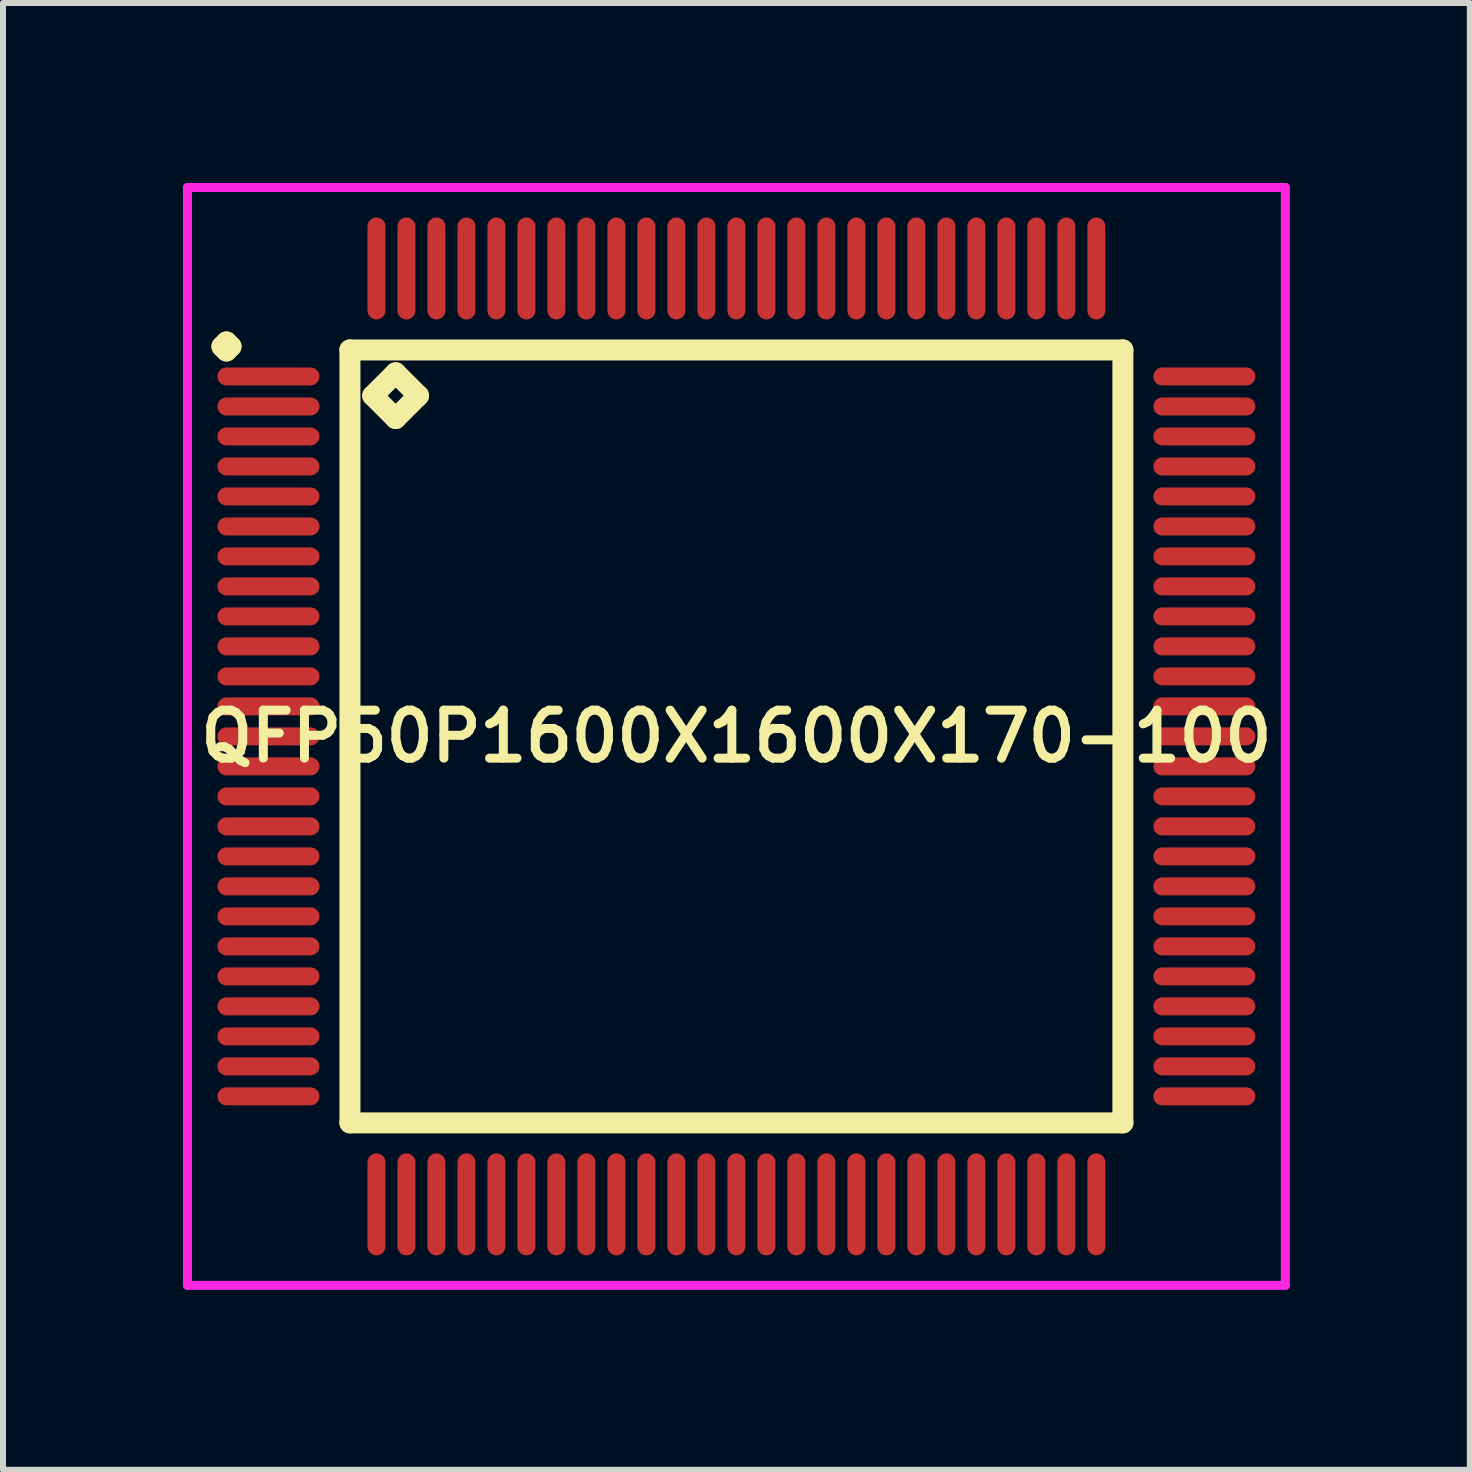
<source format=kicad_pcb>
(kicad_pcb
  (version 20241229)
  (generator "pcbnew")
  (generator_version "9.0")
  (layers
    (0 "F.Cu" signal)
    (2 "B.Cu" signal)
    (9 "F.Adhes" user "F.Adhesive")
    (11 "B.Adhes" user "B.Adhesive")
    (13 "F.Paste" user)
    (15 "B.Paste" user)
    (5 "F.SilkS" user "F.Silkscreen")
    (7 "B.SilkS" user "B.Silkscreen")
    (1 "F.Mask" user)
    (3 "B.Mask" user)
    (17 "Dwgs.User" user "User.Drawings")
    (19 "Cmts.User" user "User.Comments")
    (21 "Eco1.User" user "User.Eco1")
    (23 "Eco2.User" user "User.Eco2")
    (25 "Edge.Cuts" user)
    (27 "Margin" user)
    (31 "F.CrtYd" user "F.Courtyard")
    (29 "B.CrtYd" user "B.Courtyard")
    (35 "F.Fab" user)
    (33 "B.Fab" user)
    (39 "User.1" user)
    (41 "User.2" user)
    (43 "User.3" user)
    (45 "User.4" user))
  (footprint "QFP50P1600X1600X170-100"
    (layer "F.Cu")
    (at 9.225 9.225)
    (property "Reference" "QFP50P1600X1600X170-100" (at 0 0 0) (layer "F.SilkS") (effects (font (size 0.8 0.8) (thickness 0.15))))
    (attr smd)
    (fp_line (start -8.575 -6.5) (end -8.5 -6.575) (stroke (width 0.35) (type solid)) (layer "F.SilkS"))
    (fp_line (start -8.5 -6.575) (end -8.425 -6.5) (stroke (width 0.35) (type solid)) (layer "F.SilkS"))
    (fp_line (start -8.5 -6.425) (end -8.575 -6.5) (stroke (width 0.35) (type solid)) (layer "F.SilkS"))
    (fp_line (start -8.425 -6.5) (end -8.5 -6.425) (stroke (width 0.35) (type solid)) (layer "F.SilkS"))
    (fp_line (start -6.442 -6.442) (end -6.442 6.442) (stroke (width 0.35) (type solid)) (layer "F.SilkS"))
    (fp_line (start -6.442 6.442) (end 6.442 6.442) (stroke (width 0.35) (type solid)) (layer "F.SilkS"))
    (fp_line (start -6.061 -5.68) (end -5.68 -6.061) (stroke (width 0.35) (type solid)) (layer "F.SilkS"))
    (fp_line (start -5.68 -6.061) (end -5.299 -5.68) (stroke (width 0.35) (type solid)) (layer "F.SilkS"))
    (fp_line (start -5.68 -5.299) (end -6.061 -5.68) (stroke (width 0.35) (type solid)) (layer "F.SilkS"))
    (fp_line (start -5.299 -5.68) (end -5.68 -5.299) (stroke (width 0.35) (type solid)) (layer "F.SilkS"))
    (fp_line (start 6.442 -6.442) (end -6.442 -6.442) (stroke (width 0.35) (type solid)) (layer "F.SilkS"))
    (fp_line (start 6.442 6.442) (end 6.442 -6.442) (stroke (width 0.35) (type solid)) (layer "F.SilkS"))
    (fp_line (start -9.15 -9.15) (end 9.15 -9.15) (stroke (width 0.15) (type solid)) (layer "F.CrtYd"))
    (fp_line (start -9.15 9.15) (end -9.15 -9.15) (stroke (width 0.15) (type solid)) (layer "F.CrtYd"))
    (fp_line (start 9.15 -9.15) (end 9.15 9.15) (stroke (width 0.15) (type solid)) (layer "F.CrtYd"))
    (fp_line (start 9.15 9.15) (end -9.15 9.15) (stroke (width 0.15) (type solid)) (layer "F.CrtYd"))
    (pad "1" smd oval (at -7.8 -6) (size 1.7 0.3) (layers "F.Cu" "F.Mask" "F.Paste"))
    (pad "2" smd oval (at -7.8 -5.5) (size 1.7 0.3) (layers "F.Cu" "F.Mask" "F.Paste"))
    (pad "3" smd oval (at -7.8 -5) (size 1.7 0.3) (layers "F.Cu" "F.Mask" "F.Paste"))
    (pad "4" smd oval (at -7.8 -4.5) (size 1.7 0.3) (layers "F.Cu" "F.Mask" "F.Paste"))
    (pad "5" smd oval (at -7.8 -4) (size 1.7 0.3) (layers "F.Cu" "F.Mask" "F.Paste"))
    (pad "6" smd oval (at -7.8 -3.5) (size 1.7 0.3) (layers "F.Cu" "F.Mask" "F.Paste"))
    (pad "7" smd oval (at -7.8 -3) (size 1.7 0.3) (layers "F.Cu" "F.Mask" "F.Paste"))
    (pad "8" smd oval (at -7.8 -2.5) (size 1.7 0.3) (layers "F.Cu" "F.Mask" "F.Paste"))
    (pad "9" smd oval (at -7.8 -2) (size 1.7 0.3) (layers "F.Cu" "F.Mask" "F.Paste"))
    (pad "10" smd oval (at -7.8 -1.5) (size 1.7 0.3) (layers "F.Cu" "F.Mask" "F.Paste"))
    (pad "11" smd oval (at -7.8 -1) (size 1.7 0.3) (layers "F.Cu" "F.Mask" "F.Paste"))
    (pad "12" smd oval (at -7.8 -0.5) (size 1.7 0.3) (layers "F.Cu" "F.Mask" "F.Paste"))
    (pad "13" smd oval (at -7.8 0) (size 1.7 0.3) (layers "F.Cu" "F.Mask" "F.Paste"))
    (pad "14" smd oval (at -7.8 0.5) (size 1.7 0.3) (layers "F.Cu" "F.Mask" "F.Paste"))
    (pad "15" smd oval (at -7.8 1) (size 1.7 0.3) (layers "F.Cu" "F.Mask" "F.Paste"))
    (pad "16" smd oval (at -7.8 1.5) (size 1.7 0.3) (layers "F.Cu" "F.Mask" "F.Paste"))
    (pad "17" smd oval (at -7.8 2) (size 1.7 0.3) (layers "F.Cu" "F.Mask" "F.Paste"))
    (pad "18" smd oval (at -7.8 2.5) (size 1.7 0.3) (layers "F.Cu" "F.Mask" "F.Paste"))
    (pad "19" smd oval (at -7.8 3) (size 1.7 0.3) (layers "F.Cu" "F.Mask" "F.Paste"))
    (pad "20" smd oval (at -7.8 3.5) (size 1.7 0.3) (layers "F.Cu" "F.Mask" "F.Paste"))
    (pad "21" smd oval (at -7.8 4) (size 1.7 0.3) (layers "F.Cu" "F.Mask" "F.Paste"))
    (pad "22" smd oval (at -7.8 4.5) (size 1.7 0.3) (layers "F.Cu" "F.Mask" "F.Paste"))
    (pad "23" smd oval (at -7.8 5) (size 1.7 0.3) (layers "F.Cu" "F.Mask" "F.Paste"))
    (pad "24" smd oval (at -7.8 5.5) (size 1.7 0.3) (layers "F.Cu" "F.Mask" "F.Paste"))
    (pad "25" smd oval (at -7.8 6) (size 1.7 0.3) (layers "F.Cu" "F.Mask" "F.Paste"))
    (pad "26" smd oval (at -6 7.8) (size 0.3 1.7) (layers "F.Cu" "F.Mask" "F.Paste"))
    (pad "27" smd oval (at -5.5 7.8) (size 0.3 1.7) (layers "F.Cu" "F.Mask" "F.Paste"))
    (pad "28" smd oval (at -5 7.8) (size 0.3 1.7) (layers "F.Cu" "F.Mask" "F.Paste"))
    (pad "29" smd oval (at -4.5 7.8) (size 0.3 1.7) (layers "F.Cu" "F.Mask" "F.Paste"))
    (pad "30" smd oval (at -4 7.8) (size 0.3 1.7) (layers "F.Cu" "F.Mask" "F.Paste"))
    (pad "31" smd oval (at -3.5 7.8) (size 0.3 1.7) (layers "F.Cu" "F.Mask" "F.Paste"))
    (pad "32" smd oval (at -3 7.8) (size 0.3 1.7) (layers "F.Cu" "F.Mask" "F.Paste"))
    (pad "33" smd oval (at -2.5 7.8) (size 0.3 1.7) (layers "F.Cu" "F.Mask" "F.Paste"))
    (pad "34" smd oval (at -2 7.8) (size 0.3 1.7) (layers "F.Cu" "F.Mask" "F.Paste"))
    (pad "35" smd oval (at -1.5 7.8) (size 0.3 1.7) (layers "F.Cu" "F.Mask" "F.Paste"))
    (pad "36" smd oval (at -1 7.8) (size 0.3 1.7) (layers "F.Cu" "F.Mask" "F.Paste"))
    (pad "37" smd oval (at -0.5 7.8) (size 0.3 1.7) (layers "F.Cu" "F.Mask" "F.Paste"))
    (pad "38" smd oval (at 0 7.8) (size 0.3 1.7) (layers "F.Cu" "F.Mask" "F.Paste"))
    (pad "39" smd oval (at 0.5 7.8) (size 0.3 1.7) (layers "F.Cu" "F.Mask" "F.Paste"))
    (pad "40" smd oval (at 1 7.8) (size 0.3 1.7) (layers "F.Cu" "F.Mask" "F.Paste"))
    (pad "41" smd oval (at 1.5 7.8) (size 0.3 1.7) (layers "F.Cu" "F.Mask" "F.Paste"))
    (pad "42" smd oval (at 2 7.8) (size 0.3 1.7) (layers "F.Cu" "F.Mask" "F.Paste"))
    (pad "43" smd oval (at 2.5 7.8) (size 0.3 1.7) (layers "F.Cu" "F.Mask" "F.Paste"))
    (pad "44" smd oval (at 3 7.8) (size 0.3 1.7) (layers "F.Cu" "F.Mask" "F.Paste"))
    (pad "45" smd oval (at 3.5 7.8) (size 0.3 1.7) (layers "F.Cu" "F.Mask" "F.Paste"))
    (pad "46" smd oval (at 4 7.8) (size 0.3 1.7) (layers "F.Cu" "F.Mask" "F.Paste"))
    (pad "47" smd oval (at 4.5 7.8) (size 0.3 1.7) (layers "F.Cu" "F.Mask" "F.Paste"))
    (pad "48" smd oval (at 5 7.8) (size 0.3 1.7) (layers "F.Cu" "F.Mask" "F.Paste"))
    (pad "49" smd oval (at 5.5 7.8) (size 0.3 1.7) (layers "F.Cu" "F.Mask" "F.Paste"))
    (pad "50" smd oval (at 6 7.8) (size 0.3 1.7) (layers "F.Cu" "F.Mask" "F.Paste"))
    (pad "51" smd oval (at 7.8 6) (size 1.7 0.3) (layers "F.Cu" "F.Mask" "F.Paste"))
    (pad "52" smd oval (at 7.8 5.5) (size 1.7 0.3) (layers "F.Cu" "F.Mask" "F.Paste"))
    (pad "53" smd oval (at 7.8 5) (size 1.7 0.3) (layers "F.Cu" "F.Mask" "F.Paste"))
    (pad "54" smd oval (at 7.8 4.5) (size 1.7 0.3) (layers "F.Cu" "F.Mask" "F.Paste"))
    (pad "55" smd oval (at 7.8 4) (size 1.7 0.3) (layers "F.Cu" "F.Mask" "F.Paste"))
    (pad "56" smd oval (at 7.8 3.5) (size 1.7 0.3) (layers "F.Cu" "F.Mask" "F.Paste"))
    (pad "57" smd oval (at 7.8 3) (size 1.7 0.3) (layers "F.Cu" "F.Mask" "F.Paste"))
    (pad "58" smd oval (at 7.8 2.5) (size 1.7 0.3) (layers "F.Cu" "F.Mask" "F.Paste"))
    (pad "59" smd oval (at 7.8 2) (size 1.7 0.3) (layers "F.Cu" "F.Mask" "F.Paste"))
    (pad "60" smd oval (at 7.8 1.5) (size 1.7 0.3) (layers "F.Cu" "F.Mask" "F.Paste"))
    (pad "61" smd oval (at 7.8 1) (size 1.7 0.3) (layers "F.Cu" "F.Mask" "F.Paste"))
    (pad "62" smd oval (at 7.8 0.5) (size 1.7 0.3) (layers "F.Cu" "F.Mask" "F.Paste"))
    (pad "63" smd oval (at 7.8 0) (size 1.7 0.3) (layers "F.Cu" "F.Mask" "F.Paste"))
    (pad "64" smd oval (at 7.8 -0.5) (size 1.7 0.3) (layers "F.Cu" "F.Mask" "F.Paste"))
    (pad "65" smd oval (at 7.8 -1) (size 1.7 0.3) (layers "F.Cu" "F.Mask" "F.Paste"))
    (pad "66" smd oval (at 7.8 -1.5) (size 1.7 0.3) (layers "F.Cu" "F.Mask" "F.Paste"))
    (pad "67" smd oval (at 7.8 -2) (size 1.7 0.3) (layers "F.Cu" "F.Mask" "F.Paste"))
    (pad "68" smd oval (at 7.8 -2.5) (size 1.7 0.3) (layers "F.Cu" "F.Mask" "F.Paste"))
    (pad "69" smd oval (at 7.8 -3) (size 1.7 0.3) (layers "F.Cu" "F.Mask" "F.Paste"))
    (pad "70" smd oval (at 7.8 -3.5) (size 1.7 0.3) (layers "F.Cu" "F.Mask" "F.Paste"))
    (pad "71" smd oval (at 7.8 -4) (size 1.7 0.3) (layers "F.Cu" "F.Mask" "F.Paste"))
    (pad "72" smd oval (at 7.8 -4.5) (size 1.7 0.3) (layers "F.Cu" "F.Mask" "F.Paste"))
    (pad "73" smd oval (at 7.8 -5) (size 1.7 0.3) (layers "F.Cu" "F.Mask" "F.Paste"))
    (pad "74" smd oval (at 7.8 -5.5) (size 1.7 0.3) (layers "F.Cu" "F.Mask" "F.Paste"))
    (pad "75" smd oval (at 7.8 -6) (size 1.7 0.3) (layers "F.Cu" "F.Mask" "F.Paste"))
    (pad "76" smd oval (at 6 -7.8) (size 0.3 1.7) (layers "F.Cu" "F.Mask" "F.Paste"))
    (pad "77" smd oval (at 5.5 -7.8) (size 0.3 1.7) (layers "F.Cu" "F.Mask" "F.Paste"))
    (pad "78" smd oval (at 5 -7.8) (size 0.3 1.7) (layers "F.Cu" "F.Mask" "F.Paste"))
    (pad "79" smd oval (at 4.5 -7.8) (size 0.3 1.7) (layers "F.Cu" "F.Mask" "F.Paste"))
    (pad "80" smd oval (at 4 -7.8) (size 0.3 1.7) (layers "F.Cu" "F.Mask" "F.Paste"))
    (pad "81" smd oval (at 3.5 -7.8) (size 0.3 1.7) (layers "F.Cu" "F.Mask" "F.Paste"))
    (pad "82" smd oval (at 3 -7.8) (size 0.3 1.7) (layers "F.Cu" "F.Mask" "F.Paste"))
    (pad "83" smd oval (at 2.5 -7.8) (size 0.3 1.7) (layers "F.Cu" "F.Mask" "F.Paste"))
    (pad "84" smd oval (at 2 -7.8) (size 0.3 1.7) (layers "F.Cu" "F.Mask" "F.Paste"))
    (pad "85" smd oval (at 1.5 -7.8) (size 0.3 1.7) (layers "F.Cu" "F.Mask" "F.Paste"))
    (pad "86" smd oval (at 1 -7.8) (size 0.3 1.7) (layers "F.Cu" "F.Mask" "F.Paste"))
    (pad "87" smd oval (at 0.5 -7.8) (size 0.3 1.7) (layers "F.Cu" "F.Mask" "F.Paste"))
    (pad "88" smd oval (at 0 -7.8) (size 0.3 1.7) (layers "F.Cu" "F.Mask" "F.Paste"))
    (pad "89" smd oval (at -0.5 -7.8) (size 0.3 1.7) (layers "F.Cu" "F.Mask" "F.Paste"))
    (pad "90" smd oval (at -1 -7.8) (size 0.3 1.7) (layers "F.Cu" "F.Mask" "F.Paste"))
    (pad "91" smd oval (at -1.5 -7.8) (size 0.3 1.7) (layers "F.Cu" "F.Mask" "F.Paste"))
    (pad "92" smd oval (at -2 -7.8) (size 0.3 1.7) (layers "F.Cu" "F.Mask" "F.Paste"))
    (pad "93" smd oval (at -2.5 -7.8) (size 0.3 1.7) (layers "F.Cu" "F.Mask" "F.Paste"))
    (pad "94" smd oval (at -3 -7.8) (size 0.3 1.7) (layers "F.Cu" "F.Mask" "F.Paste"))
    (pad "95" smd oval (at -3.5 -7.8) (size 0.3 1.7) (layers "F.Cu" "F.Mask" "F.Paste"))
    (pad "96" smd oval (at -4 -7.8) (size 0.3 1.7) (layers "F.Cu" "F.Mask" "F.Paste"))
    (pad "97" smd oval (at -4.5 -7.8) (size 0.3 1.7) (layers "F.Cu" "F.Mask" "F.Paste"))
    (pad "98" smd oval (at -5 -7.8) (size 0.3 1.7) (layers "F.Cu" "F.Mask" "F.Paste"))
    (pad "99" smd oval (at -5.5 -7.8) (size 0.3 1.7) (layers "F.Cu" "F.Mask" "F.Paste"))
    (pad "100" smd oval (at -6 -7.8) (size 0.3 1.7) (layers "F.Cu" "F.Mask" "F.Paste")))
  (gr_rect
    (start -3 -3)
    (end 21.45 21.45)
    (stroke (width 0.1) (type default))
    (fill no)
    (layer "Edge.Cuts")))
</source>
